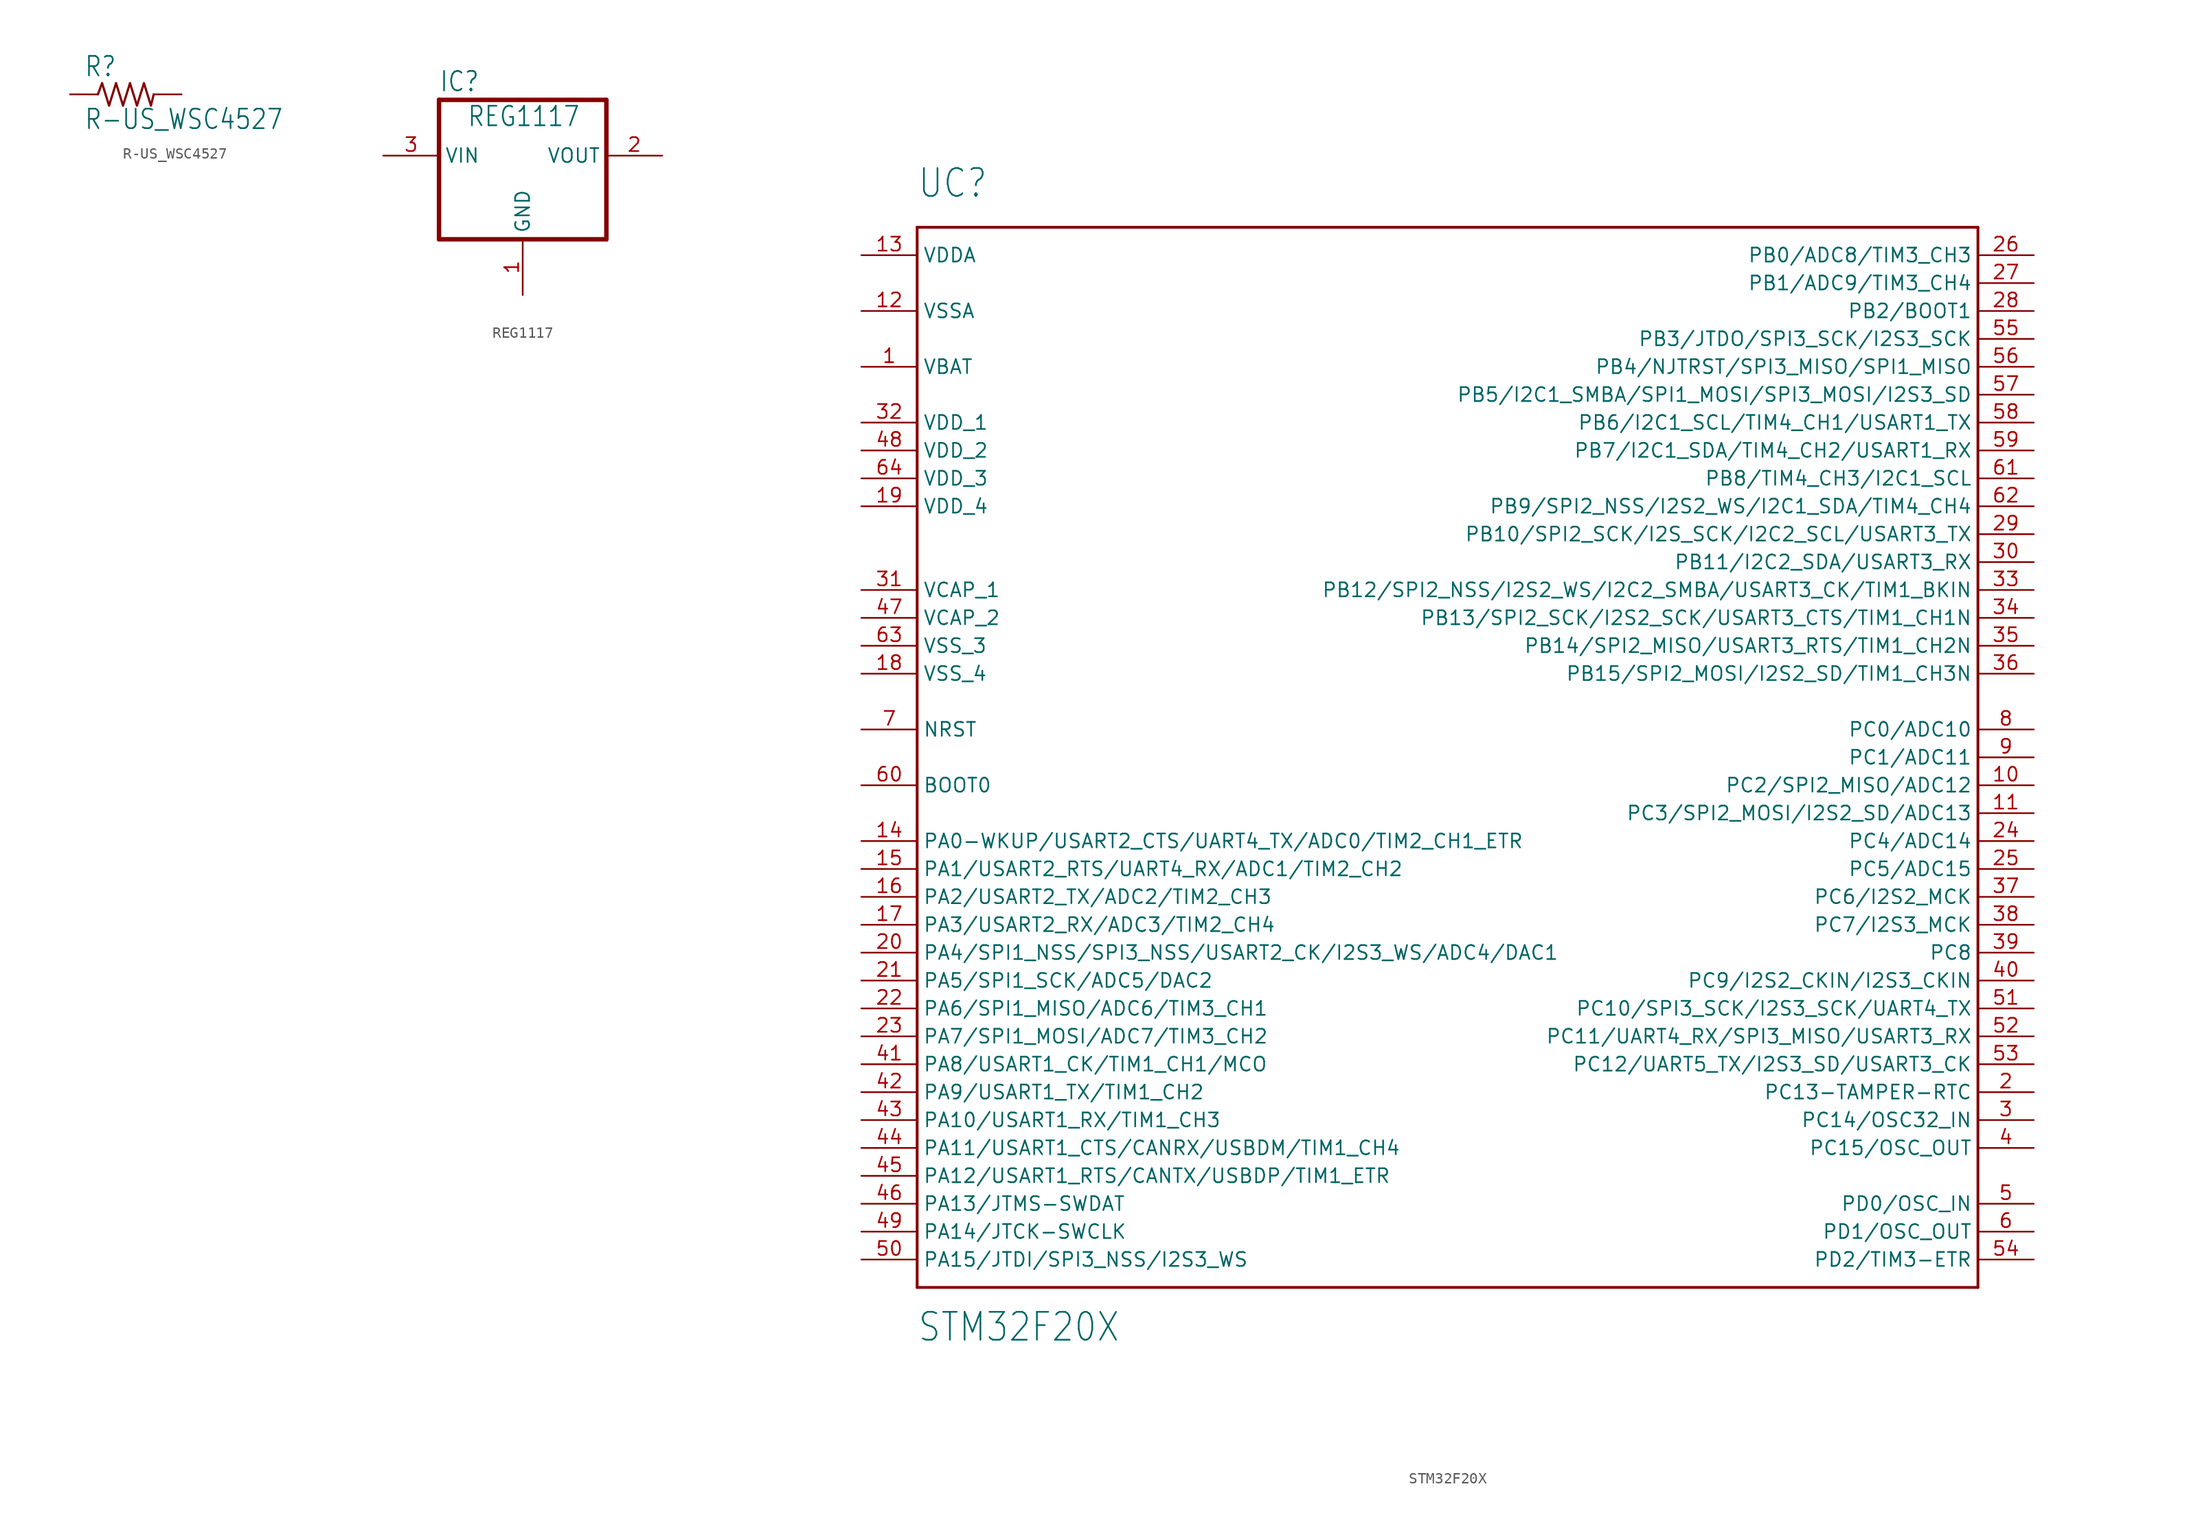
<source format=kicad_sym>
(kicad_symbol_lib
  (version 20211014)
  (generator kicad_symbol_editor)
  (symbol "R-US_WSC4527"
    (property "Reference" "R"
      (at -3.81 1.499 0)
      (effects (font (size 1.778 1.511)) (justify left bottom)))
    (property "Value" "R-US_WSC4527"
      (at -3.81 -3.302 0)
      (effects (font (size 1.778 1.511)) (justify left bottom)))
    (property "ki_locked" ""
      (at 0 0 0)
      (effects (font (size 1.27 1.27))))
    (symbol "R-US_WSC4527_1_0"
      (polyline (pts (xy -2.54 0) (xy -2.159 1.016)) (stroke (width 0.203) (type default) (color 0 0 0 0)) (fill (type none)))
      (polyline (pts (xy -2.159 1.016) (xy -1.524 -1.016)) (stroke (width 0.203) (type default) (color 0 0 0 0)) (fill (type none)))
      (polyline (pts (xy -1.524 -1.016) (xy -0.889 1.016)) (stroke (width 0.203) (type default) (color 0 0 0 0)) (fill (type none)))
      (polyline (pts (xy -0.889 1.016) (xy -0.254 -1.016)) (stroke (width 0.203) (type default) (color 0 0 0 0)) (fill (type none)))
      (polyline (pts (xy -0.254 -1.016) (xy 0.381 1.016)) (stroke (width 0.203) (type default) (color 0 0 0 0)) (fill (type none)))
      (polyline (pts (xy 0.381 1.016) (xy 1.016 -1.016)) (stroke (width 0.203) (type default) (color 0 0 0 0)) (fill (type none)))
      (polyline (pts (xy 1.016 -1.016) (xy 1.651 1.016)) (stroke (width 0.203) (type default) (color 0 0 0 0)) (fill (type none)))
      (polyline (pts (xy 1.651 1.016) (xy 2.286 -1.016)) (stroke (width 0.203) (type default) (color 0 0 0 0)) (fill (type none)))
      (polyline (pts (xy 2.286 -1.016) (xy 2.54 0)) (stroke (width 0.203) (type default) (color 0 0 0 0)) (fill (type none)))
      (pin passive line (at -5.08 0 0) (length 2.54) (name "1" (effects (font (size 0 0)))) (number "1" (effects (font (size 0 0)))))
      (pin passive line (at 5.08 0 180) (length 2.54) (name "2" (effects (font (size 0 0)))) (number "2" (effects (font (size 0 0)))))))
  (symbol "REG1117"
    (property "Reference" "IC"
      (at -7.62 5.715 0)
      (effects (font (size 1.778 1.511)) (justify left bottom)))
    (property "Value" "REG1117"
      (at -5.08 2.54 0)
      (effects (font (size 1.778 1.511)) (justify left bottom)))
    (property "ki_locked" ""
      (at 0 0 0)
      (effects (font (size 1.27 1.27))))
    (symbol "REG1117_1_0"
      (polyline (pts (xy -7.62 -7.62) (xy 7.62 -7.62)) (stroke (width 0.406) (type default) (color 0 0 0 0)) (fill (type none)))
      (polyline (pts (xy -7.62 5.08) (xy -7.62 -7.62)) (stroke (width 0.406) (type default) (color 0 0 0 0)) (fill (type none)))
      (polyline (pts (xy 7.62 -7.62) (xy 7.62 5.08)) (stroke (width 0.406) (type default) (color 0 0 0 0)) (fill (type none)))
      (polyline (pts (xy 7.62 5.08) (xy -7.62 5.08)) (stroke (width 0.406) (type default) (color 0 0 0 0)) (fill (type none)))
      (pin power_in line (at 0 -12.7 90) (length 5.08) (name "GND" (effects (font (size 1.27 1.27)))) (number "1" (effects (font (size 1.27 1.27)))))
      (pin output line (at 12.7 0 180) (length 5.08) (name "VOUT" (effects (font (size 1.27 1.27)))) (number "2" (effects (font (size 1.27 1.27)))))
      (pin input line (at -12.7 0 0) (length 5.08) (name "VIN" (effects (font (size 1.27 1.27)))) (number "3" (effects (font (size 1.27 1.27)))))))
  (symbol "STM32F20X"
    (property "Reference" "UC"
      (at -48.26 50.8 0)
      (effects (font (size 2.54 2.159)) (justify left bottom)))
    (property "Value" "STM32F20X"
      (at -48.26 -53.34 0)
      (effects (font (size 2.54 2.159)) (justify left bottom)))
    (property "ki_locked" ""
      (at 0 0 0)
      (effects (font (size 1.27 1.27))))
    (symbol "STM32F20X_1_0"
      (polyline (pts (xy -48.26 -48.26) (xy -48.26 48.26)) (stroke (width 0.254) (type default) (color 0 0 0 0)) (fill (type none)))
      (polyline (pts (xy -48.26 48.26) (xy 48.26 48.26)) (stroke (width 0.254) (type default) (color 0 0 0 0)) (fill (type none)))
      (polyline (pts (xy 48.26 -48.26) (xy -48.26 -48.26)) (stroke (width 0.254) (type default) (color 0 0 0 0)) (fill (type none)))
      (polyline (pts (xy 48.26 48.26) (xy 48.26 -48.26)) (stroke (width 0.254) (type default) (color 0 0 0 0)) (fill (type none)))
      (pin power_in line (at -53.34 35.56 0) (length 5.08) (name "VBAT" (effects (font (size 1.27 1.27)))) (number "1" (effects (font (size 1.27 1.27)))))
      (pin bidirectional line (at 53.34 -2.54 180) (length 5.08) (name "PC2/SPI2_MISO/ADC12" (effects (font (size 1.27 1.27)))) (number "10" (effects (font (size 1.27 1.27)))))
      (pin bidirectional line (at 53.34 -5.08 180) (length 5.08) (name "PC3/SPI2_MOSI/I2S2_SD/ADC13" (effects (font (size 1.27 1.27)))) (number "11" (effects (font (size 1.27 1.27)))))
      (pin power_in line (at -53.34 40.64 0) (length 5.08) (name "VSSA" (effects (font (size 1.27 1.27)))) (number "12" (effects (font (size 1.27 1.27)))))
      (pin power_in line (at -53.34 45.72 0) (length 5.08) (name "VDDA" (effects (font (size 1.27 1.27)))) (number "13" (effects (font (size 1.27 1.27)))))
      (pin bidirectional line (at -53.34 -7.62 0) (length 5.08) (name "PA0-WKUP/USART2_CTS/UART4_TX/ADC0/TIM2_CH1_ETR" (effects (font (size 1.27 1.27)))) (number "14" (effects (font (size 1.27 1.27)))))
      (pin bidirectional line (at -53.34 -10.16 0) (length 5.08) (name "PA1/USART2_RTS/UART4_RX/ADC1/TIM2_CH2" (effects (font (size 1.27 1.27)))) (number "15" (effects (font (size 1.27 1.27)))))
      (pin bidirectional line (at -53.34 -12.7 0) (length 5.08) (name "PA2/USART2_TX/ADC2/TIM2_CH3" (effects (font (size 1.27 1.27)))) (number "16" (effects (font (size 1.27 1.27)))))
      (pin bidirectional line (at -53.34 -15.24 0) (length 5.08) (name "PA3/USART2_RX/ADC3/TIM2_CH4" (effects (font (size 1.27 1.27)))) (number "17" (effects (font (size 1.27 1.27)))))
      (pin power_in line (at -53.34 7.62 0) (length 5.08) (name "VSS_4" (effects (font (size 1.27 1.27)))) (number "18" (effects (font (size 1.27 1.27)))))
      (pin power_in line (at -53.34 22.86 0) (length 5.08) (name "VDD_4" (effects (font (size 1.27 1.27)))) (number "19" (effects (font (size 1.27 1.27)))))
      (pin bidirectional line (at 53.34 -30.48 180) (length 5.08) (name "PC13-TAMPER-RTC" (effects (font (size 1.27 1.27)))) (number "2" (effects (font (size 1.27 1.27)))))
      (pin bidirectional line (at -53.34 -17.78 0) (length 5.08) (name "PA4/SPI1_NSS/SPI3_NSS/USART2_CK/I2S3_WS/ADC4/DAC1" (effects (font (size 1.27 1.27)))) (number "20" (effects (font (size 1.27 1.27)))))
      (pin bidirectional line (at -53.34 -20.32 0) (length 5.08) (name "PA5/SPI1_SCK/ADC5/DAC2" (effects (font (size 1.27 1.27)))) (number "21" (effects (font (size 1.27 1.27)))))
      (pin bidirectional line (at -53.34 -22.86 0) (length 5.08) (name "PA6/SPI1_MISO/ADC6/TIM3_CH1" (effects (font (size 1.27 1.27)))) (number "22" (effects (font (size 1.27 1.27)))))
      (pin bidirectional line (at -53.34 -25.4 0) (length 5.08) (name "PA7/SPI1_MOSI/ADC7/TIM3_CH2" (effects (font (size 1.27 1.27)))) (number "23" (effects (font (size 1.27 1.27)))))
      (pin bidirectional line (at 53.34 -7.62 180) (length 5.08) (name "PC4/ADC14" (effects (font (size 1.27 1.27)))) (number "24" (effects (font (size 1.27 1.27)))))
      (pin bidirectional line (at 53.34 -10.16 180) (length 5.08) (name "PC5/ADC15" (effects (font (size 1.27 1.27)))) (number "25" (effects (font (size 1.27 1.27)))))
      (pin bidirectional line (at 53.34 45.72 180) (length 5.08) (name "PB0/ADC8/TIM3_CH3" (effects (font (size 1.27 1.27)))) (number "26" (effects (font (size 1.27 1.27)))))
      (pin bidirectional line (at 53.34 43.18 180) (length 5.08) (name "PB1/ADC9/TIM3_CH4" (effects (font (size 1.27 1.27)))) (number "27" (effects (font (size 1.27 1.27)))))
      (pin bidirectional line (at 53.34 40.64 180) (length 5.08) (name "PB2/BOOT1" (effects (font (size 1.27 1.27)))) (number "28" (effects (font (size 1.27 1.27)))))
      (pin bidirectional line (at 53.34 20.32 180) (length 5.08) (name "PB10/SPI2_SCK/I2S_SCK/I2C2_SCL/USART3_TX" (effects (font (size 1.27 1.27)))) (number "29" (effects (font (size 1.27 1.27)))))
      (pin bidirectional line (at 53.34 -33.02 180) (length 5.08) (name "PC14/OSC32_IN" (effects (font (size 1.27 1.27)))) (number "3" (effects (font (size 1.27 1.27)))))
      (pin bidirectional line (at 53.34 17.78 180) (length 5.08) (name "PB11/I2C2_SDA/USART3_RX" (effects (font (size 1.27 1.27)))) (number "30" (effects (font (size 1.27 1.27)))))
      (pin power_in line (at -53.34 15.24 0) (length 5.08) (name "VCAP_1" (effects (font (size 1.27 1.27)))) (number "31" (effects (font (size 1.27 1.27)))))
      (pin power_in line (at -53.34 30.48 0) (length 5.08) (name "VDD_1" (effects (font (size 1.27 1.27)))) (number "32" (effects (font (size 1.27 1.27)))))
      (pin bidirectional line (at 53.34 15.24 180) (length 5.08) (name "PB12/SPI2_NSS/I2S2_WS/I2C2_SMBA/USART3_CK/TIM1_BKIN" (effects (font (size 1.27 1.27)))) (number "33" (effects (font (size 1.27 1.27)))))
      (pin bidirectional line (at 53.34 12.7 180) (length 5.08) (name "PB13/SPI2_SCK/I2S2_SCK/USART3_CTS/TIM1_CH1N" (effects (font (size 1.27 1.27)))) (number "34" (effects (font (size 1.27 1.27)))))
      (pin bidirectional line (at 53.34 10.16 180) (length 5.08) (name "PB14/SPI2_MISO/USART3_RTS/TIM1_CH2N" (effects (font (size 1.27 1.27)))) (number "35" (effects (font (size 1.27 1.27)))))
      (pin bidirectional line (at 53.34 7.62 180) (length 5.08) (name "PB15/SPI2_MOSI/I2S2_SD/TIM1_CH3N" (effects (font (size 1.27 1.27)))) (number "36" (effects (font (size 1.27 1.27)))))
      (pin bidirectional line (at 53.34 -12.7 180) (length 5.08) (name "PC6/I2S2_MCK" (effects (font (size 1.27 1.27)))) (number "37" (effects (font (size 1.27 1.27)))))
      (pin bidirectional line (at 53.34 -15.24 180) (length 5.08) (name "PC7/I2S3_MCK" (effects (font (size 1.27 1.27)))) (number "38" (effects (font (size 1.27 1.27)))))
      (pin bidirectional line (at 53.34 -17.78 180) (length 5.08) (name "PC8" (effects (font (size 1.27 1.27)))) (number "39" (effects (font (size 1.27 1.27)))))
      (pin bidirectional line (at 53.34 -35.56 180) (length 5.08) (name "PC15/OSC_OUT" (effects (font (size 1.27 1.27)))) (number "4" (effects (font (size 1.27 1.27)))))
      (pin bidirectional line (at 53.34 -20.32 180) (length 5.08) (name "PC9/I2S2_CKIN/I2S3_CKIN" (effects (font (size 1.27 1.27)))) (number "40" (effects (font (size 1.27 1.27)))))
      (pin bidirectional line (at -53.34 -27.94 0) (length 5.08) (name "PA8/USART1_CK/TIM1_CH1/MCO" (effects (font (size 1.27 1.27)))) (number "41" (effects (font (size 1.27 1.27)))))
      (pin bidirectional line (at -53.34 -30.48 0) (length 5.08) (name "PA9/USART1_TX/TIM1_CH2" (effects (font (size 1.27 1.27)))) (number "42" (effects (font (size 1.27 1.27)))))
      (pin bidirectional line (at -53.34 -33.02 0) (length 5.08) (name "PA10/USART1_RX/TIM1_CH3" (effects (font (size 1.27 1.27)))) (number "43" (effects (font (size 1.27 1.27)))))
      (pin bidirectional line (at -53.34 -35.56 0) (length 5.08) (name "PA11/USART1_CTS/CANRX/USBDM/TIM1_CH4" (effects (font (size 1.27 1.27)))) (number "44" (effects (font (size 1.27 1.27)))))
      (pin bidirectional line (at -53.34 -38.1 0) (length 5.08) (name "PA12/USART1_RTS/CANTX/USBDP/TIM1_ETR" (effects (font (size 1.27 1.27)))) (number "45" (effects (font (size 1.27 1.27)))))
      (pin bidirectional line (at -53.34 -40.64 0) (length 5.08) (name "PA13/JTMS-SWDAT" (effects (font (size 1.27 1.27)))) (number "46" (effects (font (size 1.27 1.27)))))
      (pin power_in line (at -53.34 12.7 0) (length 5.08) (name "VCAP_2" (effects (font (size 1.27 1.27)))) (number "47" (effects (font (size 1.27 1.27)))))
      (pin power_in line (at -53.34 27.94 0) (length 5.08) (name "VDD_2" (effects (font (size 1.27 1.27)))) (number "48" (effects (font (size 1.27 1.27)))))
      (pin bidirectional line (at -53.34 -43.18 0) (length 5.08) (name "PA14/JTCK-SWCLK" (effects (font (size 1.27 1.27)))) (number "49" (effects (font (size 1.27 1.27)))))
      (pin bidirectional line (at 53.34 -40.64 180) (length 5.08) (name "PD0/OSC_IN" (effects (font (size 1.27 1.27)))) (number "5" (effects (font (size 1.27 1.27)))))
      (pin bidirectional line (at -53.34 -45.72 0) (length 5.08) (name "PA15/JTDI/SPI3_NSS/I2S3_WS" (effects (font (size 1.27 1.27)))) (number "50" (effects (font (size 1.27 1.27)))))
      (pin bidirectional line (at 53.34 -22.86 180) (length 5.08) (name "PC10/SPI3_SCK/I2S3_SCK/UART4_TX" (effects (font (size 1.27 1.27)))) (number "51" (effects (font (size 1.27 1.27)))))
      (pin bidirectional line (at 53.34 -25.4 180) (length 5.08) (name "PC11/UART4_RX/SPI3_MISO/USART3_RX" (effects (font (size 1.27 1.27)))) (number "52" (effects (font (size 1.27 1.27)))))
      (pin bidirectional line (at 53.34 -27.94 180) (length 5.08) (name "PC12/UART5_TX/I2S3_SD/USART3_CK" (effects (font (size 1.27 1.27)))) (number "53" (effects (font (size 1.27 1.27)))))
      (pin bidirectional line (at 53.34 -45.72 180) (length 5.08) (name "PD2/TIM3-ETR" (effects (font (size 1.27 1.27)))) (number "54" (effects (font (size 1.27 1.27)))))
      (pin bidirectional line (at 53.34 38.1 180) (length 5.08) (name "PB3/JTDO/SPI3_SCK/I2S3_SCK" (effects (font (size 1.27 1.27)))) (number "55" (effects (font (size 1.27 1.27)))))
      (pin bidirectional line (at 53.34 35.56 180) (length 5.08) (name "PB4/NJTRST/SPI3_MISO/SPI1_MISO" (effects (font (size 1.27 1.27)))) (number "56" (effects (font (size 1.27 1.27)))))
      (pin bidirectional line (at 53.34 33.02 180) (length 5.08) (name "PB5/I2C1_SMBA/SPI1_MOSI/SPI3_MOSI/I2S3_SD" (effects (font (size 1.27 1.27)))) (number "57" (effects (font (size 1.27 1.27)))))
      (pin bidirectional line (at 53.34 30.48 180) (length 5.08) (name "PB6/I2C1_SCL/TIM4_CH1/USART1_TX" (effects (font (size 1.27 1.27)))) (number "58" (effects (font (size 1.27 1.27)))))
      (pin bidirectional line (at 53.34 27.94 180) (length 5.08) (name "PB7/I2C1_SDA/TIM4_CH2/USART1_RX" (effects (font (size 1.27 1.27)))) (number "59" (effects (font (size 1.27 1.27)))))
      (pin bidirectional line (at 53.34 -43.18 180) (length 5.08) (name "PD1/OSC_OUT" (effects (font (size 1.27 1.27)))) (number "6" (effects (font (size 1.27 1.27)))))
      (pin bidirectional line (at -53.34 -2.54 0) (length 5.08) (name "BOOT0" (effects (font (size 1.27 1.27)))) (number "60" (effects (font (size 1.27 1.27)))))
      (pin bidirectional line (at 53.34 25.4 180) (length 5.08) (name "PB8/TIM4_CH3/I2C1_SCL" (effects (font (size 1.27 1.27)))) (number "61" (effects (font (size 1.27 1.27)))))
      (pin bidirectional line (at 53.34 22.86 180) (length 5.08) (name "PB9/SPI2_NSS/I2S2_WS/I2C1_SDA/TIM4_CH4" (effects (font (size 1.27 1.27)))) (number "62" (effects (font (size 1.27 1.27)))))
      (pin power_in line (at -53.34 10.16 0) (length 5.08) (name "VSS_3" (effects (font (size 1.27 1.27)))) (number "63" (effects (font (size 1.27 1.27)))))
      (pin power_in line (at -53.34 25.4 0) (length 5.08) (name "VDD_3" (effects (font (size 1.27 1.27)))) (number "64" (effects (font (size 1.27 1.27)))))
      (pin bidirectional line (at -53.34 2.54 0) (length 5.08) (name "NRST" (effects (font (size 1.27 1.27)))) (number "7" (effects (font (size 1.27 1.27)))))
      (pin bidirectional line (at 53.34 2.54 180) (length 5.08) (name "PC0/ADC10" (effects (font (size 1.27 1.27)))) (number "8" (effects (font (size 1.27 1.27)))))
      (pin bidirectional line (at 53.34 0 180) (length 5.08) (name "PC1/ADC11" (effects (font (size 1.27 1.27)))) (number "9" (effects (font (size 1.27 1.27))))))))
</source>
